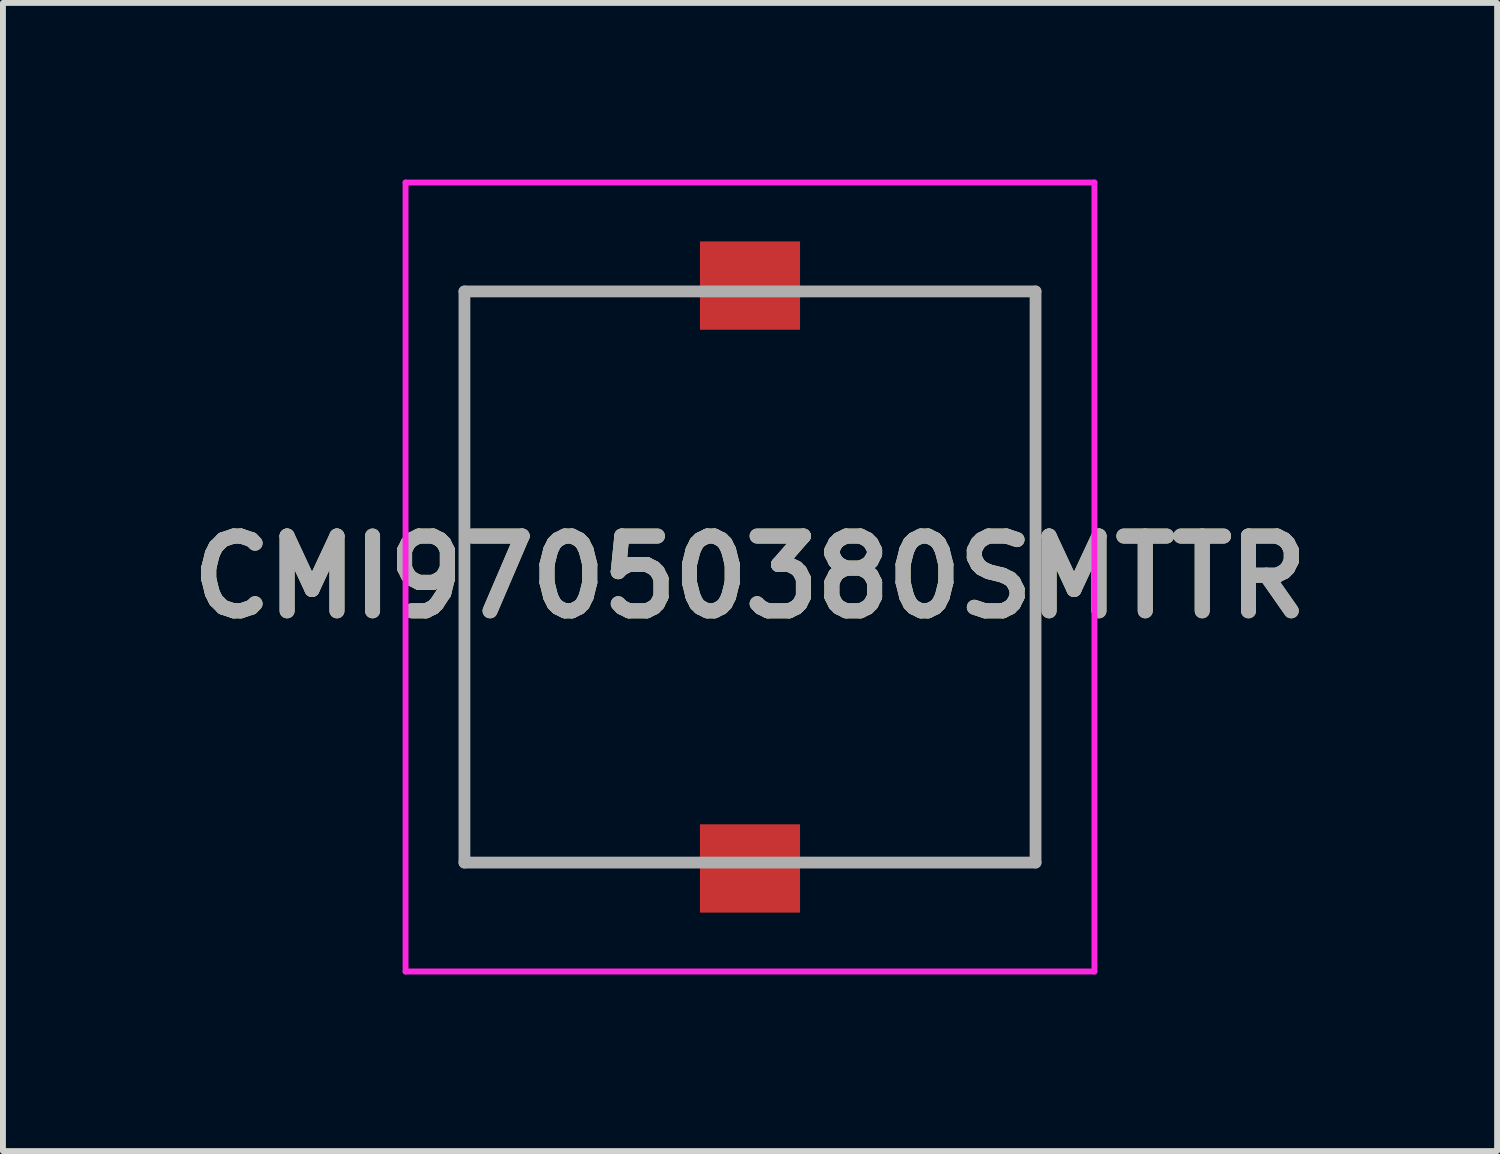
<source format=kicad_pcb>
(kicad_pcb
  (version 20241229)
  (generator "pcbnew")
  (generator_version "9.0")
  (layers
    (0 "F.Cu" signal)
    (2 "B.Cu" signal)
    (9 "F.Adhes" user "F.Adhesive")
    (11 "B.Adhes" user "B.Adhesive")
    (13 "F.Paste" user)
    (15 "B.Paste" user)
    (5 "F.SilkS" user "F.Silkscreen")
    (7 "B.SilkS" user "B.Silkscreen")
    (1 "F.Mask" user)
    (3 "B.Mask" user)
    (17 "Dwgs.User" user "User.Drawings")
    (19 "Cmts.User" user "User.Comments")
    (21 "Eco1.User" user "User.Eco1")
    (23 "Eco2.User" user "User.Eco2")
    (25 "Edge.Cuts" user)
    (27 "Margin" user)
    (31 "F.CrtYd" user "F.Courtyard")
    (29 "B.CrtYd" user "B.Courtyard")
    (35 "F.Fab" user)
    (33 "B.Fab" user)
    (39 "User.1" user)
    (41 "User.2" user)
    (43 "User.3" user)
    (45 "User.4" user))
  (footprint "CMI97050380SMTTR"
    (layer "F.Cu")
    (at 9.688 6.75)
    (property "Reference" "CMI97050380SMTTR" (at 0 0 0) (layer "F.SilkS") (effects (font (size 1.27 1.27) (thickness 0.254))))
    (attr smd)
    (fp_line (start -4.85 -4.85) (end -1.2 -4.85) (stroke (width 0.1) (type solid)) (layer "F.SilkS"))
    (fp_line (start -4.85 4.85) (end -4.85 -4.85) (stroke (width 0.1) (type solid)) (layer "F.SilkS"))
    (fp_line (start -1.2 4.85) (end -4.85 4.85) (stroke (width 0.1) (type solid)) (layer "F.SilkS"))
    (fp_line (start 1.2 -4.85) (end 4.85 -4.85) (stroke (width 0.1) (type solid)) (layer "F.SilkS"))
    (fp_line (start 4.85 -4.85) (end 4.85 4.85) (stroke (width 0.1) (type solid)) (layer "F.SilkS"))
    (fp_line (start 4.85 4.85) (end 1.2 4.85) (stroke (width 0.1) (type solid)) (layer "F.SilkS"))
    (fp_line (start -5.85 -6.7) (end 5.85 -6.7) (stroke (width 0.1) (type solid)) (layer "F.CrtYd"))
    (fp_line (start -5.85 6.7) (end -5.85 -6.7) (stroke (width 0.1) (type solid)) (layer "F.CrtYd"))
    (fp_line (start 5.85 -6.7) (end 5.85 6.7) (stroke (width 0.1) (type solid)) (layer "F.CrtYd"))
    (fp_line (start 5.85 6.7) (end -5.85 6.7) (stroke (width 0.1) (type solid)) (layer "F.CrtYd"))
    (fp_line (start -4.85 -4.85) (end 4.85 -4.85) (stroke (width 0.2) (type solid)) (layer "F.Fab"))
    (fp_line (start -4.85 4.85) (end -4.85 -4.85) (stroke (width 0.2) (type solid)) (layer "F.Fab"))
    (fp_line (start 4.85 -4.85) (end 4.85 4.85) (stroke (width 0.2) (type solid)) (layer "F.Fab"))
    (fp_line (start 4.85 4.85) (end -4.85 4.85) (stroke (width 0.2) (type solid)) (layer "F.Fab"))
    (fp_text user "${REFERENCE}" (at 0 0 0) (layer "F.Fab") (effects (font (size 1.27 1.27) (thickness 0.254))))
    (pad "1" smd rect (at 0 4.95 90) (size 1.5 1.7) (layers "F.Cu" "F.Mask" "F.Paste"))
    (pad "2" smd rect (at 0 -4.95 90) (size 1.5 1.7) (layers "F.Cu" "F.Mask" "F.Paste")))
  (gr_rect
    (start -3 -3)
    (end 22.377 16.5)
    (stroke (width 0.1) (type default))
    (fill no)
    (layer "Edge.Cuts")))
</source>
